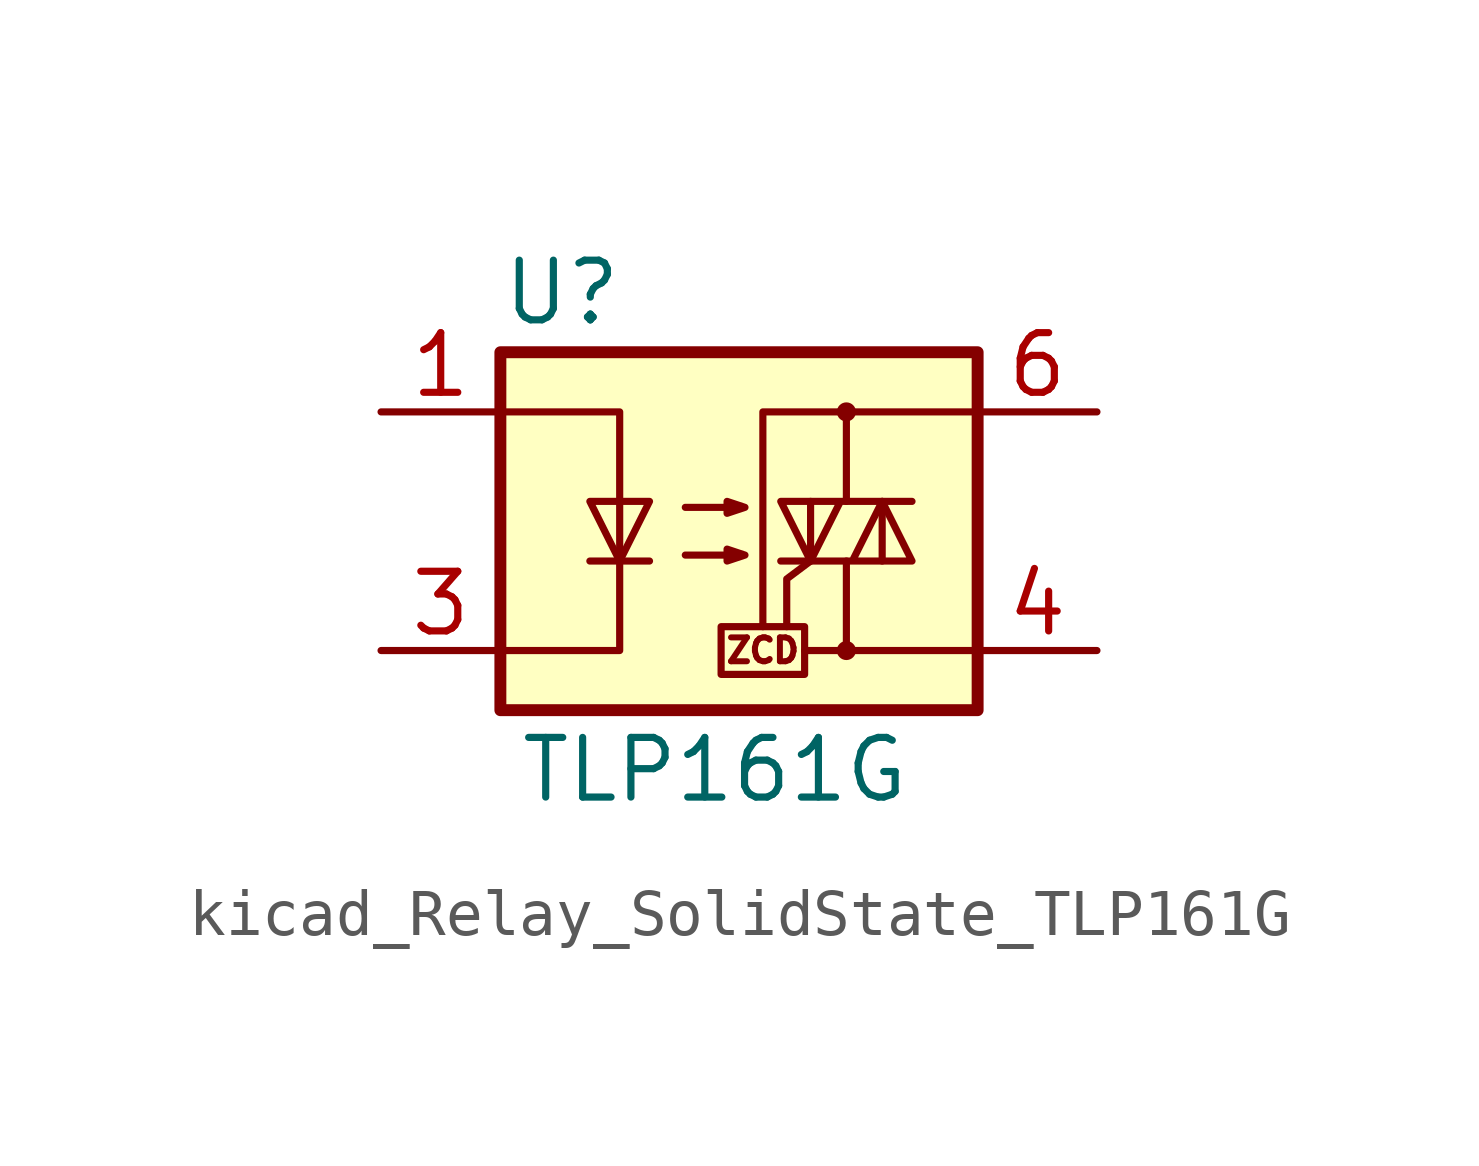
<source format=kicad_sym>
(kicad_symbol_lib
  (version 20220914)
  (generator kicad_symbol_editor)
  (symbol "kicad_Relay_SolidState_TLP161G"
    (property "Reference" "U"
      (at -5.08 5.08 0)
      (effects (font (size 1.27 1.27)) (justify left)))
    (property "Value" "TLP161G"
      (at -4.699 -5.08 0)
      (effects (font (size 1.27 1.27)) (justify left)))
    (symbol "kicad_Relay_SolidState_TLP161G_0_0"
      (rectangle (start -0.381 -2.032) (end 1.397 -3.048) (stroke (width 0) (type default)) (fill (type none)))
      (polyline (pts (xy 2.286 -2.54) (xy 1.397 -2.54)) (stroke (width 0) (type default)) (fill (type none)))
      (polyline (pts (xy 1.524 -0.635) (xy 1.016 -1.016) (xy 1.016 -2.032)) (stroke (width 0) (type default)) (fill (type none)))
      (text "ZCD" (at 0.508 -2.54 0) (effects (font (size 0.508 0.508)))))
    (symbol "kicad_Relay_SolidState_TLP161G_0_1"
      (rectangle (start -5.08 3.81) (end 5.08 -3.81) (stroke (width 0.254) (type default)) (fill (type background)))
      (polyline (pts (xy -3.175 -0.635) (xy -1.905 -0.635)) (stroke (width 0) (type default)) (fill (type none)))
      (polyline (pts (xy 1.524 -0.635) (xy 1.524 0.635)) (stroke (width 0) (type default)) (fill (type none)))
      (polyline (pts (xy 3.048 0.635) (xy 3.048 -0.635)) (stroke (width 0) (type default)) (fill (type none)))
      (polyline (pts (xy 2.286 -0.635) (xy 2.286 -2.54) (xy 5.08 -2.54)) (stroke (width 0) (type default)) (fill (type none)))
      (polyline (pts (xy 2.286 0.635) (xy 2.286 2.54) (xy 5.08 2.54)) (stroke (width 0) (type default)) (fill (type none)))
      (polyline (pts (xy 2.286 2.54) (xy 0.508 2.54) (xy 0.508 -2.032)) (stroke (width 0) (type default)) (fill (type none)))
      (polyline (pts (xy -5.08 2.54) (xy -2.54 2.54) (xy -2.54 -2.54) (xy -5.08 -2.54)) (stroke (width 0) (type default)) (fill (type none)))
      (polyline (pts (xy -2.54 -0.635) (xy -3.175 0.635) (xy -1.905 0.635) (xy -2.54 -0.635)) (stroke (width 0) (type default)) (fill (type none)))
      (polyline (pts (xy 0.889 -0.635) (xy 3.683 -0.635) (xy 3.048 0.635) (xy 2.413 -0.635)) (stroke (width 0) (type default)) (fill (type none)))
      (polyline (pts (xy 3.683 0.635) (xy 0.889 0.635) (xy 1.524 -0.635) (xy 2.159 0.635)) (stroke (width 0) (type default)) (fill (type none)))
      (polyline (pts (xy -1.143 -0.508) (xy 0.127 -0.508) (xy -0.254 -0.635) (xy -0.254 -0.381) (xy 0.127 -0.508)) (stroke (width 0) (type default)) (fill (type none)))
      (polyline (pts (xy -1.143 0.508) (xy 0.127 0.508) (xy -0.254 0.381) (xy -0.254 0.635) (xy 0.127 0.508)) (stroke (width 0) (type default)) (fill (type none)))
      (circle (center 2.286 -2.54) (radius 0.127) (stroke (width 0) (type default)) (fill (type none)))
      (circle (center 2.286 2.54) (radius 0.127) (stroke (width 0) (type default)) (fill (type none))))
    (symbol "kicad_Relay_SolidState_TLP161G_1_1"
      (pin passive line (at -7.62 2.54 0) (length 2.54) (name "~" (effects (font (size 1.27 1.27)))) (number "1" (effects (font (size 1.27 1.27)))))
      (pin passive line (at -7.62 -2.54 0) (length 2.54) (name "~" (effects (font (size 1.27 1.27)))) (number "3" (effects (font (size 1.27 1.27)))))
      (pin passive line (at 7.62 -2.54 180) (length 2.54) (name "~" (effects (font (size 1.27 1.27)))) (number "4" (effects (font (size 1.27 1.27)))))
      (pin passive line (at 7.62 2.54 180) (length 2.54) (name "~" (effects (font (size 1.27 1.27)))) (number "6" (effects (font (size 1.27 1.27))))))))
</source>
